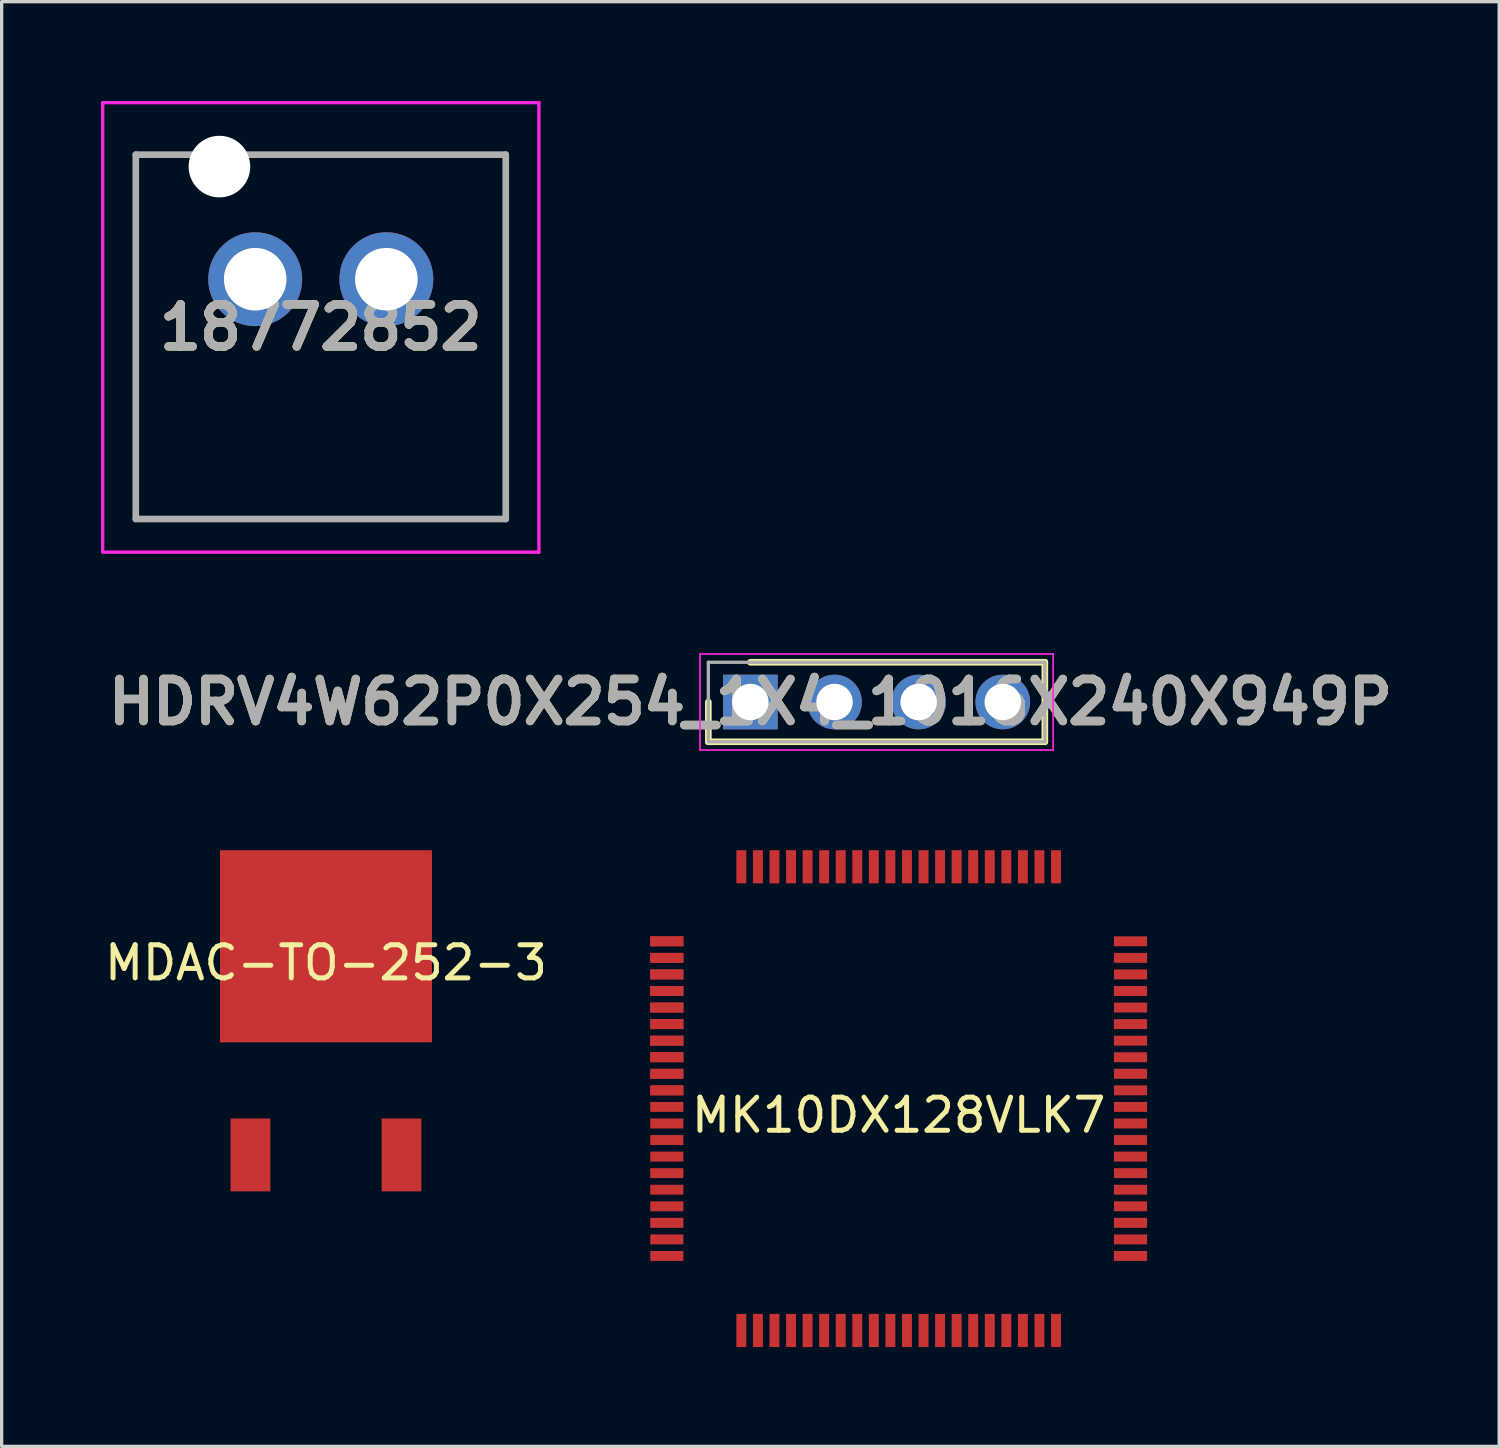
<source format=kicad_pcb>
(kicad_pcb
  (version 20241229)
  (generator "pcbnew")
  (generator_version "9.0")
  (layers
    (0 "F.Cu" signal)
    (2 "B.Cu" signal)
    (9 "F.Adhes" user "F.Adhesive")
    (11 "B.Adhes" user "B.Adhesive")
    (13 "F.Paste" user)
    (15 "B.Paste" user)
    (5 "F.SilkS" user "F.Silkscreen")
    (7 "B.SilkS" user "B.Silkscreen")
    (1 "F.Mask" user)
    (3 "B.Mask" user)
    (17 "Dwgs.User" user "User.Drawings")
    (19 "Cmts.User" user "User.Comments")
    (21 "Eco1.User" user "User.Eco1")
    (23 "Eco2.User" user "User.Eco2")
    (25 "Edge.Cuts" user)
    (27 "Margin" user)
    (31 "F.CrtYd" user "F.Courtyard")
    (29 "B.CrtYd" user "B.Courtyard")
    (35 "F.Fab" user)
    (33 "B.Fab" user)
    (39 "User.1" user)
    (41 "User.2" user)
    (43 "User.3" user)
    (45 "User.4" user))
  (footprint "MK10DX128VLK7"
    (layer "F.Cu")
    (at 24.083 30.12)
    (property "Reference" "MK10DX128VLK7" (at 0 0.5 0) (layer "F.SilkS") (effects (font (size 1 1) (thickness 0.15))))
    (attr through_hole)
    (pad "1" smd rect (at -7 -4.75) (size 1 0.3) (layers "F.Cu" "F.Mask" "F.Paste"))
    (pad "1" smd rect (at -7 -4.75) (size 1 0.3) (layers "F.Cu" "F.Mask" "F.Paste"))
    (pad "2" smd rect (at -7 -4.25) (size 1 0.3) (layers "F.Cu" "F.Mask" "F.Paste"))
    (pad "2" smd rect (at -7 -4.25) (size 1 0.3) (layers "F.Cu" "F.Mask" "F.Paste"))
    (pad "3" smd rect (at -7 -3.75) (size 1 0.3) (layers "F.Cu" "F.Mask" "F.Paste"))
    (pad "3" smd rect (at -7 -3.75) (size 1 0.3) (layers "F.Cu" "F.Mask" "F.Paste"))
    (pad "4" smd rect (at -7 -3.25) (size 1 0.3) (layers "F.Cu" "F.Mask" "F.Paste"))
    (pad "4" smd rect (at -7 -3.25) (size 1 0.3) (layers "F.Cu" "F.Mask" "F.Paste"))
    (pad "5" smd rect (at -7 -2.75) (size 1 0.3) (layers "F.Cu" "F.Mask" "F.Paste"))
    (pad "5" smd rect (at -7 -2.75) (size 1 0.3) (layers "F.Cu" "F.Mask" "F.Paste"))
    (pad "6" smd rect (at -7 -2.25) (size 1 0.3) (layers "F.Cu" "F.Mask" "F.Paste"))
    (pad "6" smd rect (at -7 -2.25) (size 1 0.3) (layers "F.Cu" "F.Mask" "F.Paste"))
    (pad "7" smd rect (at -7 -1.75) (size 1 0.3) (layers "F.Cu" "F.Mask" "F.Paste"))
    (pad "7" smd rect (at -7 -1.75) (size 1 0.3) (layers "F.Cu" "F.Mask" "F.Paste"))
    (pad "8" smd rect (at -7 -1.25) (size 1 0.3) (layers "F.Cu" "F.Mask" "F.Paste"))
    (pad "8" smd rect (at -7 -1.25) (size 1 0.3) (layers "F.Cu" "F.Mask" "F.Paste"))
    (pad "9" smd rect (at -7 -0.75) (size 1 0.3) (layers "F.Cu" "F.Mask" "F.Paste"))
    (pad "9" smd rect (at -7 -0.75) (size 1 0.3) (layers "F.Cu" "F.Mask" "F.Paste"))
    (pad "10" smd rect (at -7 -0.25) (size 1 0.3) (layers "F.Cu" "F.Mask" "F.Paste"))
    (pad "10" smd rect (at -7 -0.25) (size 1 0.3) (layers "F.Cu" "F.Mask" "F.Paste"))
    (pad "11" smd rect (at -7 0.25) (size 1 0.3) (layers "F.Cu" "F.Mask" "F.Paste"))
    (pad "12" smd rect (at -7 0.75) (size 1 0.3) (layers "F.Cu" "F.Mask" "F.Paste"))
    (pad "13" smd rect (at -7 1.25) (size 1 0.3) (layers "F.Cu" "F.Mask" "F.Paste"))
    (pad "14" smd rect (at -7 1.75) (size 1 0.3) (layers "F.Cu" "F.Mask" "F.Paste"))
    (pad "15" smd rect (at -7 2.25) (size 1 0.3) (layers "F.Cu" "F.Mask" "F.Paste"))
    (pad "16" smd rect (at -7 2.75) (size 1 0.3) (layers "F.Cu" "F.Mask" "F.Paste"))
    (pad "17" smd rect (at -7 3.25) (size 1 0.3) (layers "F.Cu" "F.Mask" "F.Paste"))
    (pad "18" smd rect (at -7 3.75) (size 1 0.3) (layers "F.Cu" "F.Mask" "F.Paste"))
    (pad "19" smd rect (at -7 4.25) (size 1 0.3) (layers "F.Cu" "F.Mask" "F.Paste"))
    (pad "20" smd rect (at -7 4.75) (size 1 0.3) (layers "F.Cu" "F.Mask" "F.Paste"))
    (pad "21" smd rect (at -4.75 7) (size 0.3 1) (layers "F.Cu" "F.Mask" "F.Paste"))
    (pad "22" smd rect (at -4.25 7) (size 0.3 1) (layers "F.Cu" "F.Mask" "F.Paste"))
    (pad "23" smd rect (at -3.75 7) (size 0.3 1) (layers "F.Cu" "F.Mask" "F.Paste"))
    (pad "24" smd rect (at -3.25 7) (size 0.3 1) (layers "F.Cu" "F.Mask" "F.Paste"))
    (pad "25" smd rect (at -2.75 7) (size 0.3 1) (layers "F.Cu" "F.Mask" "F.Paste"))
    (pad "26" smd rect (at -2.25 7) (size 0.3 1) (layers "F.Cu" "F.Mask" "F.Paste"))
    (pad "27" smd rect (at -1.75 7) (size 0.3 1) (layers "F.Cu" "F.Mask" "F.Paste"))
    (pad "28" smd rect (at -1.25 7) (size 0.3 1) (layers "F.Cu" "F.Mask" "F.Paste"))
    (pad "29" smd rect (at -0.75 7) (size 0.3 1) (layers "F.Cu" "F.Mask" "F.Paste"))
    (pad "30" smd rect (at -0.25 7) (size 0.3 1) (layers "F.Cu" "F.Mask" "F.Paste"))
    (pad "31" smd rect (at 0.25 7) (size 0.3 1) (layers "F.Cu" "F.Mask" "F.Paste"))
    (pad "32" smd rect (at 0.75 7) (size 0.3 1) (layers "F.Cu" "F.Mask" "F.Paste"))
    (pad "33" smd rect (at 1.25 7) (size 0.3 1) (layers "F.Cu" "F.Mask" "F.Paste"))
    (pad "34" smd rect (at 1.75 7) (size 0.3 1) (layers "F.Cu" "F.Mask" "F.Paste"))
    (pad "35" smd rect (at 2.25 7) (size 0.3 1) (layers "F.Cu" "F.Mask" "F.Paste"))
    (pad "36" smd rect (at 2.75 7) (size 0.3 1) (layers "F.Cu" "F.Mask" "F.Paste"))
    (pad "37" smd rect (at 3.25 7) (size 0.3 1) (layers "F.Cu" "F.Mask" "F.Paste"))
    (pad "38" smd rect (at 3.75 7) (size 0.3 1) (layers "F.Cu" "F.Mask" "F.Paste"))
    (pad "39" smd rect (at 4.25 7) (size 0.3 1) (layers "F.Cu" "F.Mask" "F.Paste"))
    (pad "40" smd rect (at 4.75 7) (size 0.3 1) (layers "F.Cu" "F.Mask" "F.Paste"))
    (pad "41" smd rect (at 7 4.75) (size 1 0.3) (layers "F.Cu" "F.Mask" "F.Paste"))
    (pad "42" smd rect (at 7 4.25) (size 1 0.3) (layers "F.Cu" "F.Mask" "F.Paste"))
    (pad "43" smd rect (at 7 3.75) (size 1 0.3) (layers "F.Cu" "F.Mask" "F.Paste"))
    (pad "44" smd rect (at 7 3.25) (size 1 0.3) (layers "F.Cu" "F.Mask" "F.Paste"))
    (pad "45" smd rect (at 7 2.75) (size 1 0.3) (layers "F.Cu" "F.Mask" "F.Paste"))
    (pad "46" smd rect (at 7 2.25) (size 1 0.3) (layers "F.Cu" "F.Mask" "F.Paste"))
    (pad "47" smd rect (at 7 1.75) (size 1 0.3) (layers "F.Cu" "F.Mask" "F.Paste"))
    (pad "48" smd rect (at 7 1.25) (size 1 0.3) (layers "F.Cu" "F.Mask" "F.Paste"))
    (pad "49" smd rect (at 7 0.75) (size 1 0.3) (layers "F.Cu" "F.Mask" "F.Paste"))
    (pad "50" smd rect (at 7 0.25) (size 1 0.3) (layers "F.Cu" "F.Mask" "F.Paste"))
    (pad "51" smd rect (at 7 -0.25) (size 1 0.3) (layers "F.Cu" "F.Mask" "F.Paste"))
    (pad "52" smd rect (at 7 -0.75) (size 1 0.3) (layers "F.Cu" "F.Mask" "F.Paste"))
    (pad "53" smd rect (at 7 -1.25) (size 1 0.3) (layers "F.Cu" "F.Mask" "F.Paste"))
    (pad "54" smd rect (at 7 -1.75) (size 1 0.3) (layers "F.Cu" "F.Mask" "F.Paste"))
    (pad "55" smd rect (at 7 -2.25) (size 1 0.3) (layers "F.Cu" "F.Mask" "F.Paste"))
    (pad "56" smd rect (at 7 -2.75) (size 1 0.3) (layers "F.Cu" "F.Mask" "F.Paste"))
    (pad "57" smd rect (at 7 -3.25) (size 1 0.3) (layers "F.Cu" "F.Mask" "F.Paste"))
    (pad "58" smd rect (at 7 -3.75) (size 1 0.3) (layers "F.Cu" "F.Mask" "F.Paste"))
    (pad "59" smd rect (at 7 -4.25) (size 1 0.3) (layers "F.Cu" "F.Mask" "F.Paste"))
    (pad "60" smd rect (at 7 -4.75) (size 1 0.3) (layers "F.Cu" "F.Mask" "F.Paste"))
    (pad "61" smd rect (at 4.75 -7) (size 0.3 1) (layers "F.Cu" "F.Mask" "F.Paste"))
    (pad "62" smd rect (at 4.25 -7) (size 0.3 1) (layers "F.Cu" "F.Mask" "F.Paste"))
    (pad "63" smd rect (at 3.75 -7) (size 0.3 1) (layers "F.Cu" "F.Mask" "F.Paste"))
    (pad "64" smd rect (at 3.25 -7) (size 0.3 1) (layers "F.Cu" "F.Mask" "F.Paste"))
    (pad "65" smd rect (at 2.75 -7) (size 0.3 1) (layers "F.Cu" "F.Mask" "F.Paste"))
    (pad "66" smd rect (at 2.25 -7) (size 0.3 1) (layers "F.Cu" "F.Mask" "F.Paste"))
    (pad "67" smd rect (at 1.75 -7) (size 0.3 1) (layers "F.Cu" "F.Mask" "F.Paste"))
    (pad "68" smd rect (at 1.25 -7) (size 0.3 1) (layers "F.Cu" "F.Mask" "F.Paste"))
    (pad "69" smd rect (at 0.75 -7) (size 0.3 1) (layers "F.Cu" "F.Mask" "F.Paste"))
    (pad "70" smd rect (at 0.25 -7) (size 0.3 1) (layers "F.Cu" "F.Mask" "F.Paste"))
    (pad "71" smd rect (at -0.25 -7) (size 0.3 1) (layers "F.Cu" "F.Mask" "F.Paste"))
    (pad "72" smd rect (at -0.75 -7) (size 0.3 1) (layers "F.Cu" "F.Mask" "F.Paste"))
    (pad "73" smd rect (at -1.25 -7) (size 0.3 1) (layers "F.Cu" "F.Mask" "F.Paste"))
    (pad "74" smd rect (at -1.75 -7) (size 0.3 1) (layers "F.Cu" "F.Mask" "F.Paste"))
    (pad "75" smd rect (at -2.25 -7) (size 0.3 1) (layers "F.Cu" "F.Mask" "F.Paste"))
    (pad "76" smd rect (at -2.75 -7) (size 0.3 1) (layers "F.Cu" "F.Mask" "F.Paste"))
    (pad "77" smd rect (at -3.25 -7) (size 0.3 1) (layers "F.Cu" "F.Mask" "F.Paste"))
    (pad "78" smd rect (at -3.75 -7) (size 0.3 1) (layers "F.Cu" "F.Mask" "F.Paste"))
    (pad "79" smd rect (at -4.25 -7) (size 0.3 1) (layers "F.Cu" "F.Mask" "F.Paste"))
    (pad "80" smd rect (at -4.75 -7) (size 0.3 1) (layers "F.Cu" "F.Mask" "F.Paste")))
  (footprint "18772852"
    (layer "F.Cu")
    (at 6.635 1.62)
    (property "Reference" "18772852" (at 0 5.215 0) (layer "F.SilkS") (effects (font (size 1.27 1.27) (thickness 0.254))))
    (attr through_hole)
    (fp_line (start -5.585 0) (end -5.585 11) (stroke (width 0.1) (type solid)) (layer "F.SilkS"))
    (fp_line (start -5.585 11) (end 5.585 11) (stroke (width 0.1) (type solid)) (layer "F.SilkS"))
    (fp_line (start 5.585 0) (end 0 0) (stroke (width 0.1) (type solid)) (layer "F.SilkS"))
    (fp_line (start 5.585 11) (end 5.585 0) (stroke (width 0.1) (type solid)) (layer "F.SilkS"))
    (fp_line (start -6.585 -1.57) (end 6.585 -1.57) (stroke (width 0.1) (type solid)) (layer "F.CrtYd"))
    (fp_line (start -6.585 12) (end -6.585 -1.57) (stroke (width 0.1) (type solid)) (layer "F.CrtYd"))
    (fp_line (start 6.585 -1.57) (end 6.585 12) (stroke (width 0.1) (type solid)) (layer "F.CrtYd"))
    (fp_line (start 6.585 12) (end -6.585 12) (stroke (width 0.1) (type solid)) (layer "F.CrtYd"))
    (fp_line (start -5.585 0) (end 5.585 0) (stroke (width 0.2) (type solid)) (layer "F.Fab"))
    (fp_line (start -5.585 11) (end -5.585 0) (stroke (width 0.2) (type solid)) (layer "F.Fab"))
    (fp_line (start 5.585 0) (end 5.585 11) (stroke (width 0.2) (type solid)) (layer "F.Fab"))
    (fp_line (start 5.585 11) (end -5.585 11) (stroke (width 0.2) (type solid)) (layer "F.Fab"))
    (fp_text user "${REFERENCE}" (at 0 5.215 0) (layer "F.Fab") (effects (font (size 1.27 1.27) (thickness 0.254))))
    (pad "" np_thru_hole circle (at -3.06 0.36) (size 1.86 1.86) (drill 1.86) (layers "*.Cu" "*.Mask"))
    (pad "1" thru_hole circle (at -1.98 3.76) (size 2.835 2.835) (drill 1.89) (layers "*.Cu" "*.Mask"))
    (pad "2" thru_hole circle (at 1.98 3.76) (size 2.835 2.835) (drill 1.89) (layers "*.Cu" "*.Mask")))
  (footprint "HDRV4W62P0X254_1X4_1016X240X949P"
    (layer "F.Cu")
    (at 19.606 18.145)
    (property "Reference" "HDRV4W62P0X254_1X4_1016X240X949P" (at 0 0 0) (layer "F.SilkS") (effects (font (size 1.27 1.27) (thickness 0.254))))
    (attr through_hole)
    (fp_line (start -1.27 0) (end -1.27 1.2) (stroke (width 0.2) (type solid)) (layer "F.SilkS"))
    (fp_line (start -1.27 1.2) (end 8.89 1.2) (stroke (width 0.2) (type solid)) (layer "F.SilkS"))
    (fp_line (start 8.89 -1.2) (end 0 -1.2) (stroke (width 0.2) (type solid)) (layer "F.SilkS"))
    (fp_line (start 8.89 1.2) (end 8.89 -1.2) (stroke (width 0.2) (type solid)) (layer "F.SilkS"))
    (fp_line (start -1.52 -1.45) (end 9.14 -1.45) (stroke (width 0.05) (type solid)) (layer "F.CrtYd"))
    (fp_line (start -1.52 1.45) (end -1.52 -1.45) (stroke (width 0.05) (type solid)) (layer "F.CrtYd"))
    (fp_line (start 9.14 -1.45) (end 9.14 1.45) (stroke (width 0.05) (type solid)) (layer "F.CrtYd"))
    (fp_line (start 9.14 1.45) (end -1.52 1.45) (stroke (width 0.05) (type solid)) (layer "F.CrtYd"))
    (fp_line (start -1.27 -1.2) (end 8.89 -1.2) (stroke (width 0.1) (type solid)) (layer "F.Fab"))
    (fp_line (start -1.27 1.2) (end -1.27 -1.2) (stroke (width 0.1) (type solid)) (layer "F.Fab"))
    (fp_line (start 8.89 -1.2) (end 8.89 1.2) (stroke (width 0.1) (type solid)) (layer "F.Fab"))
    (fp_line (start 8.89 1.2) (end -1.27 1.2) (stroke (width 0.1) (type solid)) (layer "F.Fab"))
    (fp_text user "${REFERENCE}" (at 0 0 0) (layer "F.Fab") (effects (font (size 1.27 1.27) (thickness 0.254))))
    (pad "1" thru_hole rect (at 0 0) (size 1.65 1.65) (drill 1.1) (layers "*.Cu" "*.Mask"))
    (pad "2" thru_hole circle (at 2.54 0) (size 1.65 1.65) (drill 1.1) (layers "*.Cu" "*.Mask"))
    (pad "3" thru_hole circle (at 5.08 0) (size 1.65 1.65) (drill 1.1) (layers "*.Cu" "*.Mask"))
    (pad "4" thru_hole circle (at 7.62 0) (size 1.65 1.65) (drill 1.1) (layers "*.Cu" "*.Mask")))
  (footprint "MDAC-TO-252-3"
    (layer "F.Cu")
    (at 6.792 25.52)
    (property "Reference" "MDAC-TO-252-3" (at 0 0.5 0) (layer "F.SilkS") (effects (font (size 1 1) (thickness 0.15))))
    (attr through_hole)
    (pad "1" smd rect (at -2.28 6.3) (size 1.2 2.2) (layers "F.Cu" "F.Mask" "F.Paste"))
    (pad "2" smd rect (at 0 0) (size 6.4 5.8) (layers "F.Cu" "F.Mask" "F.Paste"))
    (pad "3" smd rect (at 2.28 6.3) (size 1.2 2.2) (layers "F.Cu" "F.Mask" "F.Paste")))
  (gr_rect
    (start -3 -3)
    (end 42.213 40.62)
    (stroke (width 0.1) (type default))
    (fill no)
    (layer "Edge.Cuts")))
</source>
